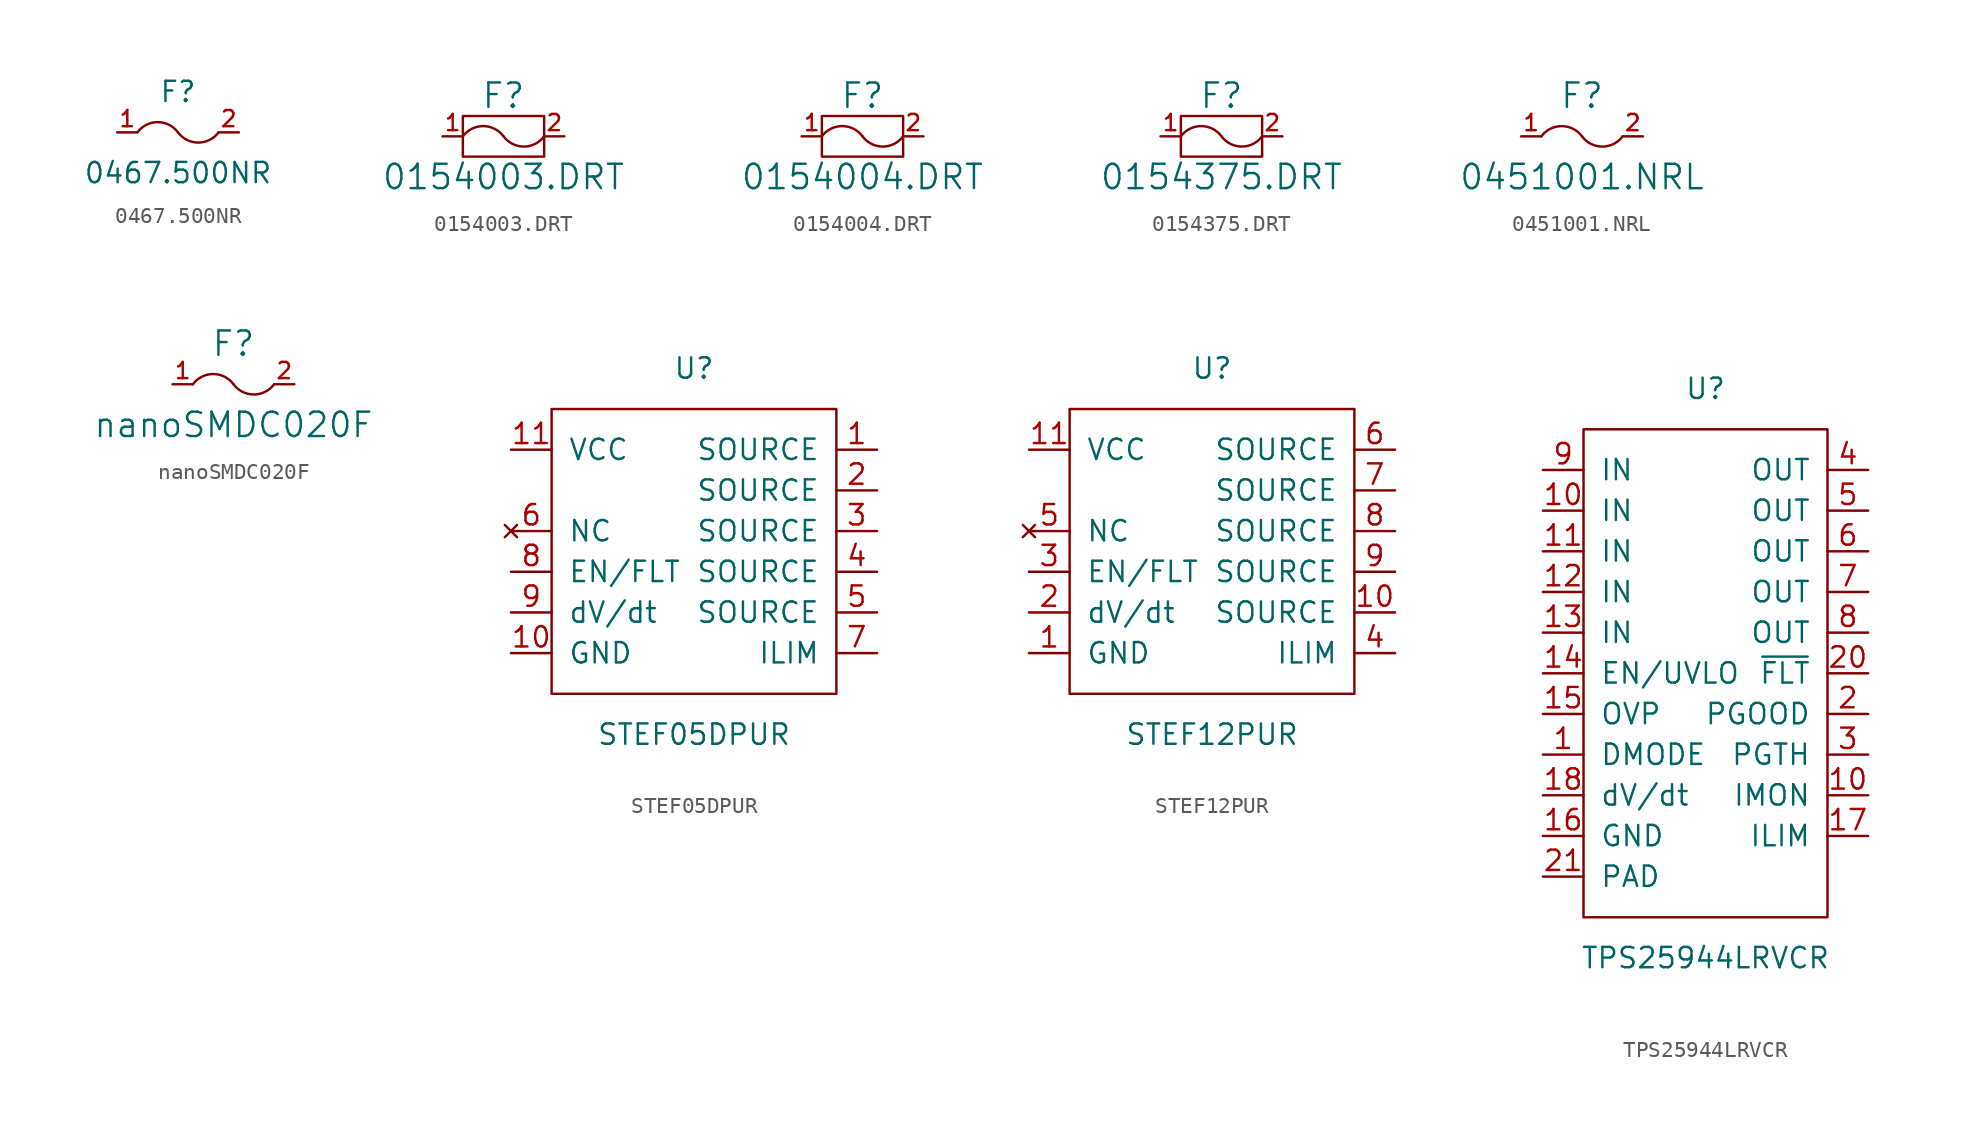
<source format=kicad_sym>
(kicad_symbol_lib
  (version 20201005)
  (generator kicad_symbol_editor)
  (symbol "0467.500NR"
    (pin_names
      (offset 0.254))
    (property "Reference" "F"
      (at 0 2.54 0)
      (effects (font (size 1.27 1.27))))
    (property "Value" "0467.500NR"
      (at 0 -2.54 0)
      (effects (font (size 1.27 1.27))))
    (symbol "0467.500NR_0_1"
      (arc (start 0 0) (end -2.54 0) (radius (at -1.27 -0.9398) (length 1.5748) (angles 36.5 143.5)) (stroke (width 0)) (fill (type none)))
      (arc (start 0 0) (end 2.54 0) (radius (at 1.27 0.9398) (length 1.5748) (angles -143.5 -36.5)) (stroke (width 0)) (fill (type none))))
    (symbol "0467.500NR_1_1"
      (pin passive line (at -3.81 0 0) (length 1.27) (name "~" (effects (font (size 1.016 1.016)))) (number "1" (effects (font (size 1.016 1.016)))))
      (pin passive line (at 3.81 0 180) (length 1.27) (name "~" (effects (font (size 1.016 1.016)))) (number "2" (effects (font (size 1.016 1.016)))))))
  (symbol "0154003.DRT"
    (pin_names
      (offset 0.254))
    (property "Reference" "F"
      (at 0 2.54 0)
      (effects (font (size 1.524 1.524))))
    (property "Value" "0154003.DRT"
      (at 0 -2.54 0)
      (effects (font (size 1.524 1.524))))
    (property "Footprint" ""
      (at 0 0 0)
      (effects (font (size 1.524 1.524))))
    (symbol "0154003.DRT_0_1"
      (arc (start 0 0) (end -2.54 0) (radius (at -1.27 -0.9398) (length 1.5748) (angles 36.5 143.5)) (stroke (width 0)) (fill (type none)))
      (arc (start 0 0) (end 2.54 0) (radius (at 1.27 0.9398) (length 1.5748) (angles -143.5 -36.5)) (stroke (width 0)) (fill (type none)))
      (rectangle (start -2.54 1.27) (end 2.54 -1.27) (stroke (width 0)) (fill (type none))))
    (symbol "0154003.DRT_1_1"
      (pin input line (at -3.81 0 0) (length 1.27) (name "~" (effects (font (size 1.016 1.016)))) (number "1" (effects (font (size 1.016 1.016)))))
      (pin input line (at 3.81 0 180) (length 1.27) (name "~" (effects (font (size 1.016 1.016)))) (number "2" (effects (font (size 1.016 1.016)))))))
  (symbol "0154004.DRT"
    (pin_names
      (offset 0.254))
    (property "Reference" "F"
      (at 0 2.54 0)
      (effects (font (size 1.524 1.524))))
    (property "Value" "0154004.DRT"
      (at 0 -2.54 0)
      (effects (font (size 1.524 1.524))))
    (symbol "0154004.DRT_0_1"
      (arc (start 0 0) (end -2.54 0) (radius (at -1.27 -0.9398) (length 1.5748) (angles 36.5 143.5)) (stroke (width 0)) (fill (type none)))
      (arc (start 0 0) (end 2.54 0) (radius (at 1.27 0.9398) (length 1.5748) (angles -143.5 -36.5)) (stroke (width 0)) (fill (type none)))
      (rectangle (start -2.54 1.27) (end 2.54 -1.27) (stroke (width 0)) (fill (type none))))
    (symbol "0154004.DRT_1_1"
      (pin input line (at -3.81 0 0) (length 1.27) (name "~" (effects (font (size 1.016 1.016)))) (number "1" (effects (font (size 1.016 1.016)))))
      (pin input line (at 3.81 0 180) (length 1.27) (name "~" (effects (font (size 1.016 1.016)))) (number "2" (effects (font (size 1.016 1.016)))))))
  (symbol "0154375.DRT"
    (pin_names
      (offset 0.254))
    (property "Reference" "F"
      (at 0 2.54 0)
      (effects (font (size 1.524 1.524))))
    (property "Value" "0154375.DRT"
      (at 0 -2.54 0)
      (effects (font (size 1.524 1.524))))
    (property "Footprint" ""
      (at 0 0 0)
      (effects (font (size 1.524 1.524))))
    (symbol "0154375.DRT_0_1"
      (arc (start 0 0) (end -2.54 0) (radius (at -1.27 -0.9398) (length 1.5748) (angles 36.5 143.5)) (stroke (width 0)) (fill (type none)))
      (arc (start 0 0) (end 2.54 0) (radius (at 1.27 0.9398) (length 1.5748) (angles -143.5 -36.5)) (stroke (width 0)) (fill (type none)))
      (rectangle (start -2.54 1.27) (end 2.54 -1.27) (stroke (width 0)) (fill (type none))))
    (symbol "0154375.DRT_1_1"
      (pin input line (at -3.81 0 0) (length 1.27) (name "~" (effects (font (size 1.016 1.016)))) (number "1" (effects (font (size 1.016 1.016)))))
      (pin input line (at 3.81 0 180) (length 1.27) (name "~" (effects (font (size 1.016 1.016)))) (number "2" (effects (font (size 1.016 1.016)))))))
  (symbol "0451001.NRL"
    (pin_names
      (offset 0.254))
    (property "Reference" "F"
      (at 0 2.54 0)
      (effects (font (size 1.524 1.524))))
    (property "Value" "0451001.NRL"
      (at 0 -2.54 0)
      (effects (font (size 1.524 1.524))))
    (symbol "0451001.NRL_0_1"
      (arc (start 0 0) (end -2.54 0) (radius (at -1.27 -0.9398) (length 1.5748) (angles 36.5 143.5)) (stroke (width 0)) (fill (type none)))
      (arc (start 0 0) (end 2.54 0) (radius (at 1.27 0.9398) (length 1.5748) (angles -143.5 -36.5)) (stroke (width 0)) (fill (type none))))
    (symbol "0451001.NRL_1_1"
      (pin input line (at -3.81 0 0) (length 1.27) (name "~" (effects (font (size 1.016 1.016)))) (number "1" (effects (font (size 1.016 1.016)))))
      (pin input line (at 3.81 0 180) (length 1.27) (name "~" (effects (font (size 1.016 1.016)))) (number "2" (effects (font (size 1.016 1.016)))))))
  (symbol "nanoSMDC020F"
    (pin_names
      (offset 0.254))
    (property "Reference" "F"
      (at 0 2.54 0)
      (effects (font (size 1.524 1.524))))
    (property "Value" "nanoSMDC020F"
      (at 0 -2.54 0)
      (effects (font (size 1.524 1.524))))
    (symbol "nanoSMDC020F_0_1"
      (arc (start 0 0) (end -2.54 0) (radius (at -1.27 -0.9398) (length 1.5748) (angles 36.5 143.5)) (stroke (width 0)) (fill (type none)))
      (arc (start 0 0) (end 2.54 0) (radius (at 1.27 0.9398) (length 1.5748) (angles -143.5 -36.5)) (stroke (width 0)) (fill (type none))))
    (symbol "nanoSMDC020F_1_1"
      (pin input line (at -3.81 0 0) (length 1.27) (name "~" (effects (font (size 1.016 1.016)))) (number "1" (effects (font (size 1.016 1.016)))))
      (pin input line (at 3.81 0 180) (length 1.27) (name "~" (effects (font (size 1.016 1.016)))) (number "2" (effects (font (size 1.016 1.016)))))))
  (symbol "STEF05DPUR"
    (pin_names
      (offset 1.016))
    (property "Reference" "U"
      (at 0 10.16 0)
      (effects (font (size 1.27 1.27))))
    (property "Value" "STEF05DPUR"
      (at 0 -12.7 0)
      (effects (font (size 1.27 1.27))))
    (symbol "STEF05DPUR_0_1"
      (rectangle (start -8.89 7.62) (end 8.89 -10.16) (stroke (width 0)) (fill (type none))))
    (symbol "STEF05DPUR_1_1"
      (pin power_out line (at 11.43 5.08 180) (length 2.54) (name "SOURCE" (effects (font (size 1.27 1.27)))) (number "1" (effects (font (size 1.27 1.27)))))
      (pin power_in line (at -11.43 -7.62 0) (length 2.54) (name "GND" (effects (font (size 1.27 1.27)))) (number "10" (effects (font (size 1.27 1.27)))))
      (pin power_in line (at -11.43 5.08 0) (length 2.54) (name "VCC" (effects (font (size 1.27 1.27)))) (number "11" (effects (font (size 1.27 1.27)))))
      (pin power_out line (at 11.43 2.54 180) (length 2.54) (name "SOURCE" (effects (font (size 1.27 1.27)))) (number "2" (effects (font (size 1.27 1.27)))))
      (pin power_out line (at 11.43 0 180) (length 2.54) (name "SOURCE" (effects (font (size 1.27 1.27)))) (number "3" (effects (font (size 1.27 1.27)))))
      (pin power_out line (at 11.43 -2.54 180) (length 2.54) (name "SOURCE" (effects (font (size 1.27 1.27)))) (number "4" (effects (font (size 1.27 1.27)))))
      (pin power_out line (at 11.43 -5.08 180) (length 2.54) (name "SOURCE" (effects (font (size 1.27 1.27)))) (number "5" (effects (font (size 1.27 1.27)))))
      (pin unconnected line (at -11.43 0 0) (length 2.54) (name "NC" (effects (font (size 1.27 1.27)))) (number "6" (effects (font (size 1.27 1.27)))))
      (pin input line (at 11.43 -7.62 180) (length 2.54) (name "ILIM" (effects (font (size 1.27 1.27)))) (number "7" (effects (font (size 1.27 1.27)))))
      (pin bidirectional line (at -11.43 -2.54 0) (length 2.54) (name "EN/FLT" (effects (font (size 1.27 1.27)))) (number "8" (effects (font (size 1.27 1.27)))))
      (pin passive line (at -11.43 -5.08 0) (length 2.54) (name "dV/dt" (effects (font (size 1.27 1.27)))) (number "9" (effects (font (size 1.27 1.27)))))))
  (symbol "STEF12PUR"
    (pin_names
      (offset 1.016))
    (property "Reference" "U"
      (at 0 10.16 0)
      (effects (font (size 1.27 1.27))))
    (property "Value" "STEF12PUR"
      (at 0 -12.7 0)
      (effects (font (size 1.27 1.27))))
    (symbol "STEF12PUR_0_1"
      (rectangle (start -8.89 7.62) (end 8.89 -10.16) (stroke (width 0)) (fill (type none))))
    (symbol "STEF12PUR_1_1"
      (pin power_in line (at -11.43 -7.62 0) (length 2.54) (name "GND" (effects (font (size 1.27 1.27)))) (number "1" (effects (font (size 1.27 1.27)))))
      (pin power_out line (at 11.43 -5.08 180) (length 2.54) (name "SOURCE" (effects (font (size 1.27 1.27)))) (number "10" (effects (font (size 1.27 1.27)))))
      (pin power_in line (at -11.43 5.08 0) (length 2.54) (name "VCC" (effects (font (size 1.27 1.27)))) (number "11" (effects (font (size 1.27 1.27)))))
      (pin passive line (at -11.43 -5.08 0) (length 2.54) (name "dV/dt" (effects (font (size 1.27 1.27)))) (number "2" (effects (font (size 1.27 1.27)))))
      (pin bidirectional line (at -11.43 -2.54 0) (length 2.54) (name "EN/FLT" (effects (font (size 1.27 1.27)))) (number "3" (effects (font (size 1.27 1.27)))))
      (pin input line (at 11.43 -7.62 180) (length 2.54) (name "ILIM" (effects (font (size 1.27 1.27)))) (number "4" (effects (font (size 1.27 1.27)))))
      (pin unconnected line (at -11.43 0 0) (length 2.54) (name "NC" (effects (font (size 1.27 1.27)))) (number "5" (effects (font (size 1.27 1.27)))))
      (pin power_out line (at 11.43 5.08 180) (length 2.54) (name "SOURCE" (effects (font (size 1.27 1.27)))) (number "6" (effects (font (size 1.27 1.27)))))
      (pin power_out line (at 11.43 2.54 180) (length 2.54) (name "SOURCE" (effects (font (size 1.27 1.27)))) (number "7" (effects (font (size 1.27 1.27)))))
      (pin power_out line (at 11.43 0 180) (length 2.54) (name "SOURCE" (effects (font (size 1.27 1.27)))) (number "8" (effects (font (size 1.27 1.27)))))
      (pin power_out line (at 11.43 -2.54 180) (length 2.54) (name "SOURCE" (effects (font (size 1.27 1.27)))) (number "9" (effects (font (size 1.27 1.27)))))))
  (symbol "TPS25944LRVCR"
    (pin_names
      (offset 1.016))
    (property "Reference" "U"
      (at 0 17.78 0)
      (effects (font (size 1.27 1.27))))
    (property "Value" "TPS25944LRVCR"
      (at 0 -17.78 0)
      (effects (font (size 1.27 1.27))))
    (symbol "TPS25944LRVCR_0_1"
      (rectangle (start -7.62 15.24) (end 7.62 -15.24) (stroke (width 0)) (fill (type none))))
    (symbol "TPS25944LRVCR_1_1"
      (pin input line (at -10.16 -5.08 0) (length 2.54) (name "DMODE" (effects (font (size 1.27 1.27)))) (number "1" (effects (font (size 1.27 1.27)))))
      (pin output line (at 10.16 -7.62 180) (length 2.54) (name "IMON" (effects (font (size 1.27 1.27)))) (number "10" (effects (font (size 1.27 1.27)))))
      (pin power_in line (at -10.16 10.16 0) (length 2.54) (name "IN" (effects (font (size 1.27 1.27)))) (number "10" (effects (font (size 1.27 1.27)))))
      (pin power_in line (at -10.16 7.62 0) (length 2.54) (name "IN" (effects (font (size 1.27 1.27)))) (number "11" (effects (font (size 1.27 1.27)))))
      (pin power_in line (at -10.16 5.08 0) (length 2.54) (name "IN" (effects (font (size 1.27 1.27)))) (number "12" (effects (font (size 1.27 1.27)))))
      (pin power_in line (at -10.16 2.54 0) (length 2.54) (name "IN" (effects (font (size 1.27 1.27)))) (number "13" (effects (font (size 1.27 1.27)))))
      (pin input line (at -10.16 0 0) (length 2.54) (name "EN/UVLO" (effects (font (size 1.27 1.27)))) (number "14" (effects (font (size 1.27 1.27)))))
      (pin input line (at -10.16 -2.54 0) (length 2.54) (name "OVP" (effects (font (size 1.27 1.27)))) (number "15" (effects (font (size 1.27 1.27)))))
      (pin power_in line (at -10.16 -10.16 0) (length 2.54) (name "GND" (effects (font (size 1.27 1.27)))) (number "16" (effects (font (size 1.27 1.27)))))
      (pin bidirectional line (at 10.16 -10.16 180) (length 2.54) (name "ILIM" (effects (font (size 1.27 1.27)))) (number "17" (effects (font (size 1.27 1.27)))))
      (pin bidirectional line (at -10.16 -7.62 0) (length 2.54) (name "dV/dt" (effects (font (size 1.27 1.27)))) (number "18" (effects (font (size 1.27 1.27)))))
      (pin open_collector line (at 10.16 -2.54 180) (length 2.54) (name "PGOOD" (effects (font (size 1.27 1.27)))) (number "2" (effects (font (size 1.27 1.27)))))
      (pin open_collector line (at 10.16 0 180) (length 2.54) (name "~FLT" (effects (font (size 1.27 1.27)))) (number "20" (effects (font (size 1.27 1.27)))))
      (pin passive line (at -10.16 -12.7 0) (length 2.54) (name "PAD" (effects (font (size 1.27 1.27)))) (number "21" (effects (font (size 1.27 1.27)))))
      (pin input line (at 10.16 -5.08 180) (length 2.54) (name "PGTH" (effects (font (size 1.27 1.27)))) (number "3" (effects (font (size 1.27 1.27)))))
      (pin power_out line (at 10.16 12.7 180) (length 2.54) (name "OUT" (effects (font (size 1.27 1.27)))) (number "4" (effects (font (size 1.27 1.27)))))
      (pin power_out line (at 10.16 10.16 180) (length 2.54) (name "OUT" (effects (font (size 1.27 1.27)))) (number "5" (effects (font (size 1.27 1.27)))))
      (pin power_out line (at 10.16 7.62 180) (length 2.54) (name "OUT" (effects (font (size 1.27 1.27)))) (number "6" (effects (font (size 1.27 1.27)))))
      (pin power_out line (at 10.16 5.08 180) (length 2.54) (name "OUT" (effects (font (size 1.27 1.27)))) (number "7" (effects (font (size 1.27 1.27)))))
      (pin power_out line (at 10.16 2.54 180) (length 2.54) (name "OUT" (effects (font (size 1.27 1.27)))) (number "8" (effects (font (size 1.27 1.27)))))
      (pin power_in line (at -10.16 12.7 0) (length 2.54) (name "IN" (effects (font (size 1.27 1.27)))) (number "9" (effects (font (size 1.27 1.27))))))))
</source>
